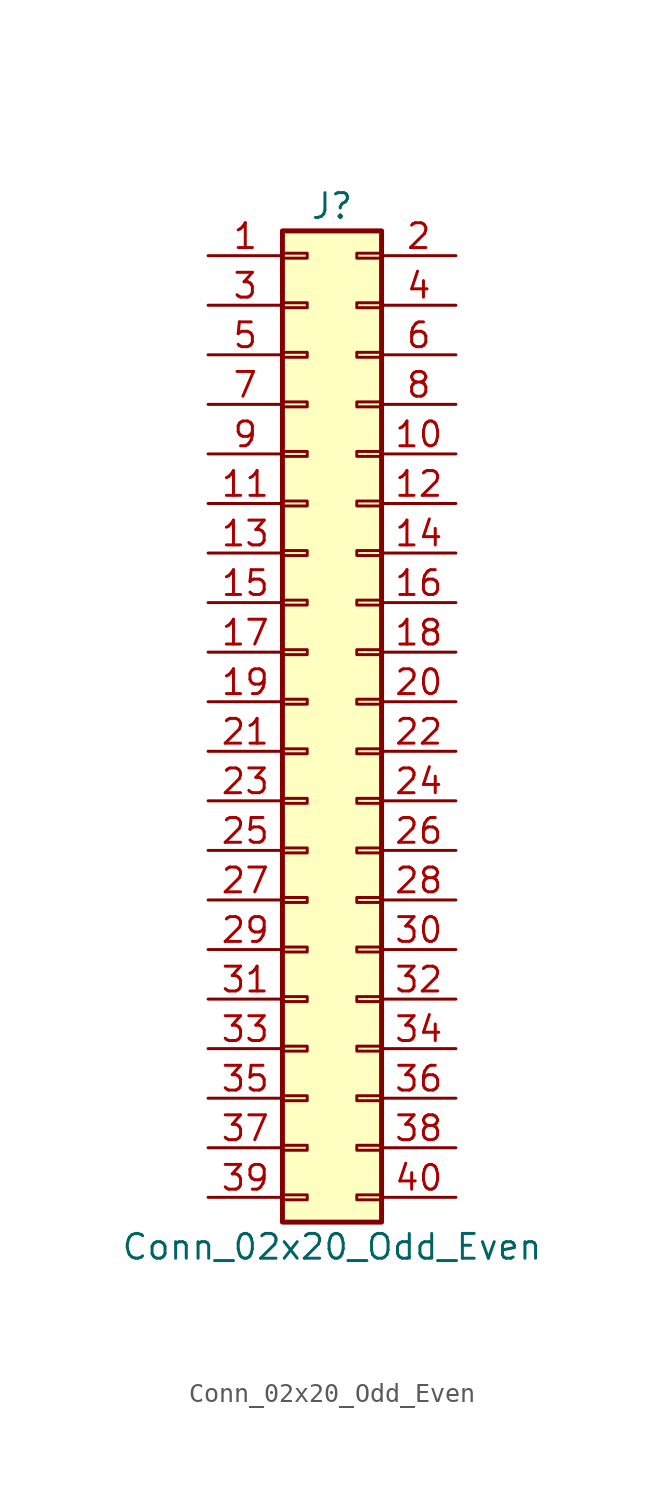
<source format=kicad_sym>
(kicad_symbol_lib
  (version 20211014)
  (generator kicad_symbol_editor)
  (symbol "muonpi-kicad-library:Conn_02x20_Odd_Even"
    (pin_names
      (offset 1.016) hide)
    (property "Reference" "J"
      (at 1.27 25.4 0)
      (effects (font (size 1.27 1.27))))
    (property "Value" "Conn_02x20_Odd_Even"
      (at 1.27 -27.94 0)
      (effects (font (size 1.27 1.27))))
    (symbol "Conn_02x20_Odd_Even_1_1"
      (rectangle (start -1.27 -25.273) (end 0 -25.527) (stroke (width 0.152) (type default) (color 0 0 0 0)) (fill (type none)))
      (rectangle (start -1.27 -22.733) (end 0 -22.987) (stroke (width 0.152) (type default) (color 0 0 0 0)) (fill (type none)))
      (rectangle (start -1.27 -20.193) (end 0 -20.447) (stroke (width 0.152) (type default) (color 0 0 0 0)) (fill (type none)))
      (rectangle (start -1.27 -17.653) (end 0 -17.907) (stroke (width 0.152) (type default) (color 0 0 0 0)) (fill (type none)))
      (rectangle (start -1.27 -15.113) (end 0 -15.367) (stroke (width 0.152) (type default) (color 0 0 0 0)) (fill (type none)))
      (rectangle (start -1.27 -12.573) (end 0 -12.827) (stroke (width 0.152) (type default) (color 0 0 0 0)) (fill (type none)))
      (rectangle (start -1.27 -10.033) (end 0 -10.287) (stroke (width 0.152) (type default) (color 0 0 0 0)) (fill (type none)))
      (rectangle (start -1.27 -7.493) (end 0 -7.747) (stroke (width 0.152) (type default) (color 0 0 0 0)) (fill (type none)))
      (rectangle (start -1.27 -4.953) (end 0 -5.207) (stroke (width 0.152) (type default) (color 0 0 0 0)) (fill (type none)))
      (rectangle (start -1.27 -2.413) (end 0 -2.667) (stroke (width 0.152) (type default) (color 0 0 0 0)) (fill (type none)))
      (rectangle (start -1.27 0.127) (end 0 -0.127) (stroke (width 0.152) (type default) (color 0 0 0 0)) (fill (type none)))
      (rectangle (start -1.27 2.667) (end 0 2.413) (stroke (width 0.152) (type default) (color 0 0 0 0)) (fill (type none)))
      (rectangle (start -1.27 5.207) (end 0 4.953) (stroke (width 0.152) (type default) (color 0 0 0 0)) (fill (type none)))
      (rectangle (start -1.27 7.747) (end 0 7.493) (stroke (width 0.152) (type default) (color 0 0 0 0)) (fill (type none)))
      (rectangle (start -1.27 10.287) (end 0 10.033) (stroke (width 0.152) (type default) (color 0 0 0 0)) (fill (type none)))
      (rectangle (start -1.27 12.827) (end 0 12.573) (stroke (width 0.152) (type default) (color 0 0 0 0)) (fill (type none)))
      (rectangle (start -1.27 15.367) (end 0 15.113) (stroke (width 0.152) (type default) (color 0 0 0 0)) (fill (type none)))
      (rectangle (start -1.27 17.907) (end 0 17.653) (stroke (width 0.152) (type default) (color 0 0 0 0)) (fill (type none)))
      (rectangle (start -1.27 20.447) (end 0 20.193) (stroke (width 0.152) (type default) (color 0 0 0 0)) (fill (type none)))
      (rectangle (start -1.27 22.987) (end 0 22.733) (stroke (width 0.152) (type default) (color 0 0 0 0)) (fill (type none)))
      (rectangle (start -1.27 24.13) (end 3.81 -26.67) (stroke (width 0.254) (type default) (color 0 0 0 0)) (fill (type background)))
      (rectangle (start 3.81 -25.273) (end 2.54 -25.527) (stroke (width 0.152) (type default) (color 0 0 0 0)) (fill (type none)))
      (rectangle (start 3.81 -22.733) (end 2.54 -22.987) (stroke (width 0.152) (type default) (color 0 0 0 0)) (fill (type none)))
      (rectangle (start 3.81 -20.193) (end 2.54 -20.447) (stroke (width 0.152) (type default) (color 0 0 0 0)) (fill (type none)))
      (rectangle (start 3.81 -17.653) (end 2.54 -17.907) (stroke (width 0.152) (type default) (color 0 0 0 0)) (fill (type none)))
      (rectangle (start 3.81 -15.113) (end 2.54 -15.367) (stroke (width 0.152) (type default) (color 0 0 0 0)) (fill (type none)))
      (rectangle (start 3.81 -12.573) (end 2.54 -12.827) (stroke (width 0.152) (type default) (color 0 0 0 0)) (fill (type none)))
      (rectangle (start 3.81 -10.033) (end 2.54 -10.287) (stroke (width 0.152) (type default) (color 0 0 0 0)) (fill (type none)))
      (rectangle (start 3.81 -7.493) (end 2.54 -7.747) (stroke (width 0.152) (type default) (color 0 0 0 0)) (fill (type none)))
      (rectangle (start 3.81 -4.953) (end 2.54 -5.207) (stroke (width 0.152) (type default) (color 0 0 0 0)) (fill (type none)))
      (rectangle (start 3.81 -2.413) (end 2.54 -2.667) (stroke (width 0.152) (type default) (color 0 0 0 0)) (fill (type none)))
      (rectangle (start 3.81 0.127) (end 2.54 -0.127) (stroke (width 0.152) (type default) (color 0 0 0 0)) (fill (type none)))
      (rectangle (start 3.81 2.667) (end 2.54 2.413) (stroke (width 0.152) (type default) (color 0 0 0 0)) (fill (type none)))
      (rectangle (start 3.81 5.207) (end 2.54 4.953) (stroke (width 0.152) (type default) (color 0 0 0 0)) (fill (type none)))
      (rectangle (start 3.81 7.747) (end 2.54 7.493) (stroke (width 0.152) (type default) (color 0 0 0 0)) (fill (type none)))
      (rectangle (start 3.81 10.287) (end 2.54 10.033) (stroke (width 0.152) (type default) (color 0 0 0 0)) (fill (type none)))
      (rectangle (start 3.81 12.827) (end 2.54 12.573) (stroke (width 0.152) (type default) (color 0 0 0 0)) (fill (type none)))
      (rectangle (start 3.81 15.367) (end 2.54 15.113) (stroke (width 0.152) (type default) (color 0 0 0 0)) (fill (type none)))
      (rectangle (start 3.81 17.907) (end 2.54 17.653) (stroke (width 0.152) (type default) (color 0 0 0 0)) (fill (type none)))
      (rectangle (start 3.81 20.447) (end 2.54 20.193) (stroke (width 0.152) (type default) (color 0 0 0 0)) (fill (type none)))
      (rectangle (start 3.81 22.987) (end 2.54 22.733) (stroke (width 0.152) (type default) (color 0 0 0 0)) (fill (type none)))
      (pin passive line (at -5.08 22.86 0) (length 3.81) (name "Pin_1" (effects (font (size 1.27 1.27)))) (number "1" (effects (font (size 1.27 1.27)))))
      (pin passive line (at 7.62 12.7 180) (length 3.81) (name "Pin_10" (effects (font (size 1.27 1.27)))) (number "10" (effects (font (size 1.27 1.27)))))
      (pin passive line (at -5.08 10.16 0) (length 3.81) (name "Pin_11" (effects (font (size 1.27 1.27)))) (number "11" (effects (font (size 1.27 1.27)))))
      (pin passive line (at 7.62 10.16 180) (length 3.81) (name "Pin_12" (effects (font (size 1.27 1.27)))) (number "12" (effects (font (size 1.27 1.27)))))
      (pin passive line (at -5.08 7.62 0) (length 3.81) (name "Pin_13" (effects (font (size 1.27 1.27)))) (number "13" (effects (font (size 1.27 1.27)))))
      (pin passive line (at 7.62 7.62 180) (length 3.81) (name "Pin_14" (effects (font (size 1.27 1.27)))) (number "14" (effects (font (size 1.27 1.27)))))
      (pin passive line (at -5.08 5.08 0) (length 3.81) (name "Pin_15" (effects (font (size 1.27 1.27)))) (number "15" (effects (font (size 1.27 1.27)))))
      (pin passive line (at 7.62 5.08 180) (length 3.81) (name "Pin_16" (effects (font (size 1.27 1.27)))) (number "16" (effects (font (size 1.27 1.27)))))
      (pin passive line (at -5.08 2.54 0) (length 3.81) (name "Pin_17" (effects (font (size 1.27 1.27)))) (number "17" (effects (font (size 1.27 1.27)))))
      (pin passive line (at 7.62 2.54 180) (length 3.81) (name "Pin_18" (effects (font (size 1.27 1.27)))) (number "18" (effects (font (size 1.27 1.27)))))
      (pin passive line (at -5.08 0 0) (length 3.81) (name "Pin_19" (effects (font (size 1.27 1.27)))) (number "19" (effects (font (size 1.27 1.27)))))
      (pin passive line (at 7.62 22.86 180) (length 3.81) (name "Pin_2" (effects (font (size 1.27 1.27)))) (number "2" (effects (font (size 1.27 1.27)))))
      (pin passive line (at 7.62 0 180) (length 3.81) (name "Pin_20" (effects (font (size 1.27 1.27)))) (number "20" (effects (font (size 1.27 1.27)))))
      (pin passive line (at -5.08 -2.54 0) (length 3.81) (name "Pin_21" (effects (font (size 1.27 1.27)))) (number "21" (effects (font (size 1.27 1.27)))))
      (pin passive line (at 7.62 -2.54 180) (length 3.81) (name "Pin_22" (effects (font (size 1.27 1.27)))) (number "22" (effects (font (size 1.27 1.27)))))
      (pin passive line (at -5.08 -5.08 0) (length 3.81) (name "Pin_23" (effects (font (size 1.27 1.27)))) (number "23" (effects (font (size 1.27 1.27)))))
      (pin passive line (at 7.62 -5.08 180) (length 3.81) (name "Pin_24" (effects (font (size 1.27 1.27)))) (number "24" (effects (font (size 1.27 1.27)))))
      (pin passive line (at -5.08 -7.62 0) (length 3.81) (name "Pin_25" (effects (font (size 1.27 1.27)))) (number "25" (effects (font (size 1.27 1.27)))))
      (pin passive line (at 7.62 -7.62 180) (length 3.81) (name "Pin_26" (effects (font (size 1.27 1.27)))) (number "26" (effects (font (size 1.27 1.27)))))
      (pin passive line (at -5.08 -10.16 0) (length 3.81) (name "Pin_27" (effects (font (size 1.27 1.27)))) (number "27" (effects (font (size 1.27 1.27)))))
      (pin passive line (at 7.62 -10.16 180) (length 3.81) (name "Pin_28" (effects (font (size 1.27 1.27)))) (number "28" (effects (font (size 1.27 1.27)))))
      (pin passive line (at -5.08 -12.7 0) (length 3.81) (name "Pin_29" (effects (font (size 1.27 1.27)))) (number "29" (effects (font (size 1.27 1.27)))))
      (pin passive line (at -5.08 20.32 0) (length 3.81) (name "Pin_3" (effects (font (size 1.27 1.27)))) (number "3" (effects (font (size 1.27 1.27)))))
      (pin passive line (at 7.62 -12.7 180) (length 3.81) (name "Pin_30" (effects (font (size 1.27 1.27)))) (number "30" (effects (font (size 1.27 1.27)))))
      (pin passive line (at -5.08 -15.24 0) (length 3.81) (name "Pin_31" (effects (font (size 1.27 1.27)))) (number "31" (effects (font (size 1.27 1.27)))))
      (pin passive line (at 7.62 -15.24 180) (length 3.81) (name "Pin_32" (effects (font (size 1.27 1.27)))) (number "32" (effects (font (size 1.27 1.27)))))
      (pin passive line (at -5.08 -17.78 0) (length 3.81) (name "Pin_33" (effects (font (size 1.27 1.27)))) (number "33" (effects (font (size 1.27 1.27)))))
      (pin passive line (at 7.62 -17.78 180) (length 3.81) (name "Pin_34" (effects (font (size 1.27 1.27)))) (number "34" (effects (font (size 1.27 1.27)))))
      (pin passive line (at -5.08 -20.32 0) (length 3.81) (name "Pin_35" (effects (font (size 1.27 1.27)))) (number "35" (effects (font (size 1.27 1.27)))))
      (pin passive line (at 7.62 -20.32 180) (length 3.81) (name "Pin_36" (effects (font (size 1.27 1.27)))) (number "36" (effects (font (size 1.27 1.27)))))
      (pin passive line (at -5.08 -22.86 0) (length 3.81) (name "Pin_37" (effects (font (size 1.27 1.27)))) (number "37" (effects (font (size 1.27 1.27)))))
      (pin passive line (at 7.62 -22.86 180) (length 3.81) (name "Pin_38" (effects (font (size 1.27 1.27)))) (number "38" (effects (font (size 1.27 1.27)))))
      (pin passive line (at -5.08 -25.4 0) (length 3.81) (name "Pin_39" (effects (font (size 1.27 1.27)))) (number "39" (effects (font (size 1.27 1.27)))))
      (pin passive line (at 7.62 20.32 180) (length 3.81) (name "Pin_4" (effects (font (size 1.27 1.27)))) (number "4" (effects (font (size 1.27 1.27)))))
      (pin passive line (at 7.62 -25.4 180) (length 3.81) (name "Pin_40" (effects (font (size 1.27 1.27)))) (number "40" (effects (font (size 1.27 1.27)))))
      (pin passive line (at -5.08 17.78 0) (length 3.81) (name "Pin_5" (effects (font (size 1.27 1.27)))) (number "5" (effects (font (size 1.27 1.27)))))
      (pin passive line (at 7.62 17.78 180) (length 3.81) (name "Pin_6" (effects (font (size 1.27 1.27)))) (number "6" (effects (font (size 1.27 1.27)))))
      (pin passive line (at -5.08 15.24 0) (length 3.81) (name "Pin_7" (effects (font (size 1.27 1.27)))) (number "7" (effects (font (size 1.27 1.27)))))
      (pin passive line (at 7.62 15.24 180) (length 3.81) (name "Pin_8" (effects (font (size 1.27 1.27)))) (number "8" (effects (font (size 1.27 1.27)))))
      (pin passive line (at -5.08 12.7 0) (length 3.81) (name "Pin_9" (effects (font (size 1.27 1.27)))) (number "9" (effects (font (size 1.27 1.27))))))))
</source>
